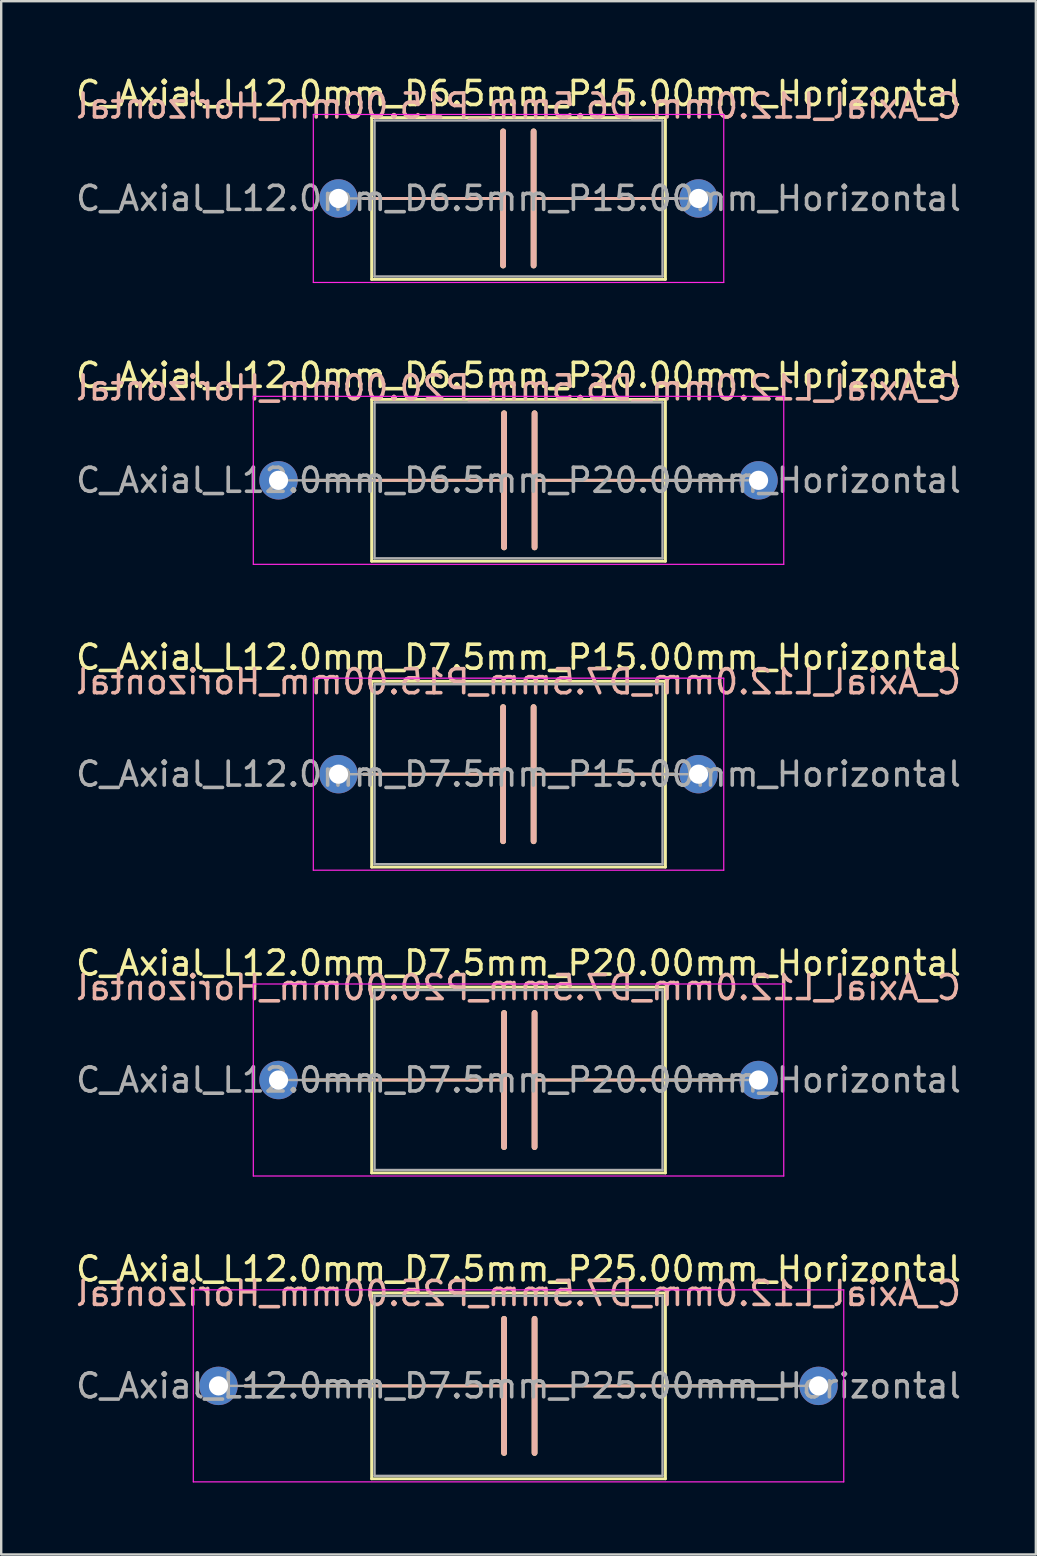
<source format=kicad_pcb>
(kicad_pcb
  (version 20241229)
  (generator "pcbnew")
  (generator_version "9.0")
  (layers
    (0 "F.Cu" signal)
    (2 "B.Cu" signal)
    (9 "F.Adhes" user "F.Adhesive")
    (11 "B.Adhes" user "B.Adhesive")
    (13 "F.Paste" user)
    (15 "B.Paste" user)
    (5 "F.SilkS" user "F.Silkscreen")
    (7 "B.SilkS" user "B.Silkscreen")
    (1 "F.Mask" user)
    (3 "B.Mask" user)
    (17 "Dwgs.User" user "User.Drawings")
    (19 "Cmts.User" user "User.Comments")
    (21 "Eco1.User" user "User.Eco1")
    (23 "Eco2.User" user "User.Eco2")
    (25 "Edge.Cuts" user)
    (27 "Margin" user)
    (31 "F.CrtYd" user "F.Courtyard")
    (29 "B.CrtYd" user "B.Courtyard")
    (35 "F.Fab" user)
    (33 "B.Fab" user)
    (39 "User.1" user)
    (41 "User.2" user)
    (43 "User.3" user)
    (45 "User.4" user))
  (footprint "C_Axial_L12.0mm_D6.5mm_P20.00mm_Horizontal"
    (layer "F.Cu")
    (at 8.554 16.962)
    (property "Reference" "C_Axial_L12.0mm_D6.5mm_P20.00mm_Horizontal" (at 10 -4.37 0) (layer "F.SilkS") (effects (font (size 1 1) (thickness 0.15))))
    (fp_line (start 1.04 0) (end 3.88 0) (stroke (width 0.12) (type solid)) (layer "F.SilkS"))
    (fp_line (start 3.88 -3.37) (end 3.88 3.37) (stroke (width 0.12) (type solid)) (layer "F.SilkS"))
    (fp_line (start 3.88 0) (end 9.398 0) (stroke (width 0.12) (type solid)) (layer "F.SilkS"))
    (fp_line (start 3.88 3.37) (end 16.12 3.37) (stroke (width 0.12) (type solid)) (layer "F.SilkS"))
    (fp_line (start 9.398 -2.794) (end 9.398 2.794) (stroke (width 0.24) (type solid)) (layer "F.SilkS"))
    (fp_line (start 10.668 2.794) (end 10.668 -2.794) (stroke (width 0.24) (type solid)) (layer "F.SilkS"))
    (fp_line (start 16.12 -3.37) (end 3.88 -3.37) (stroke (width 0.12) (type solid)) (layer "F.SilkS"))
    (fp_line (start 16.12 0) (end 10.668 0) (stroke (width 0.12) (type solid)) (layer "F.SilkS"))
    (fp_line (start 16.12 3.37) (end 16.12 -3.37) (stroke (width 0.12) (type solid)) (layer "F.SilkS"))
    (fp_line (start 18.96 0) (end 16.12 0) (stroke (width 0.12) (type solid)) (layer "F.SilkS"))
    (fp_line (start 1.04 0) (end 3.88 0) (stroke (width 0.12) (type solid)) (layer "B.SilkS"))
    (fp_line (start 3.88 0) (end 9.398 0) (stroke (width 0.12) (type solid)) (layer "B.SilkS"))
    (fp_line (start 9.398 2.794) (end 9.398 -2.794) (stroke (width 0.24) (type solid)) (layer "B.SilkS"))
    (fp_line (start 10.668 -2.794) (end 10.668 2.794) (stroke (width 0.24) (type solid)) (layer "B.SilkS"))
    (fp_line (start 16.12 0) (end 10.668 0) (stroke (width 0.12) (type solid)) (layer "B.SilkS"))
    (fp_line (start 18.96 0) (end 16.12 0) (stroke (width 0.12) (type solid)) (layer "B.SilkS"))
    (fp_line (start -1.05 -3.5) (end -1.05 3.5) (stroke (width 0.05) (type solid)) (layer "F.CrtYd"))
    (fp_line (start -1.05 3.5) (end 21.05 3.5) (stroke (width 0.05) (type solid)) (layer "F.CrtYd"))
    (fp_line (start 21.05 -3.5) (end -1.05 -3.5) (stroke (width 0.05) (type solid)) (layer "F.CrtYd"))
    (fp_line (start 21.05 3.5) (end 21.05 -3.5) (stroke (width 0.05) (type solid)) (layer "F.CrtYd"))
    (fp_line (start 0 0) (end 4 0) (stroke (width 0.1) (type solid)) (layer "F.Fab"))
    (fp_line (start 4 -3.25) (end 4 3.25) (stroke (width 0.1) (type solid)) (layer "F.Fab"))
    (fp_line (start 4 3.25) (end 16 3.25) (stroke (width 0.1) (type solid)) (layer "F.Fab"))
    (fp_line (start 16 -3.25) (end 4 -3.25) (stroke (width 0.1) (type solid)) (layer "F.Fab"))
    (fp_line (start 16 3.25) (end 16 -3.25) (stroke (width 0.1) (type solid)) (layer "F.Fab"))
    (fp_line (start 20 0) (end 16 0) (stroke (width 0.1) (type solid)) (layer "F.Fab"))
    (fp_text user "${REFERENCE}" (at 10 -3.85 0) (layer "B.SilkS") (effects (font (size 1 1) (thickness 0.15)) (justify mirror)))
    (fp_text user "${REFERENCE}" (at 10 0 0) (layer "F.Fab") (effects (font (size 1 1) (thickness 0.15))))
    (pad "1" thru_hole circle (at 0 0) (size 1.6 1.6) (drill 0.8) (layers "*.Cu" "*.Mask"))
    (pad "2" thru_hole oval (at 20 0) (size 1.6 1.6) (drill 0.8) (layers "*.Cu" "*.Mask")))
  (footprint "C_Axial_L12.0mm_D7.5mm_P15.00mm_Horizontal"
    (layer "F.Cu")
    (at 11.054 29.205)
    (property "Reference" "C_Axial_L12.0mm_D7.5mm_P15.00mm_Horizontal" (at 7.5 -4.87 0) (layer "F.SilkS") (effects (font (size 1 1) (thickness 0.15))))
    (fp_line (start 1.04 0) (end 1.38 0) (stroke (width 0.12) (type solid)) (layer "F.SilkS"))
    (fp_line (start 1.38 -3.87) (end 1.38 3.87) (stroke (width 0.12) (type solid)) (layer "F.SilkS"))
    (fp_line (start 1.38 0) (end 6.858 0) (stroke (width 0.12) (type solid)) (layer "F.SilkS"))
    (fp_line (start 1.38 3.87) (end 13.62 3.87) (stroke (width 0.12) (type solid)) (layer "F.SilkS"))
    (fp_line (start 6.858 -2.794) (end 6.858 2.794) (stroke (width 0.24) (type solid)) (layer "F.SilkS"))
    (fp_line (start 8.128 2.794) (end 8.128 -2.794) (stroke (width 0.24) (type solid)) (layer "F.SilkS"))
    (fp_line (start 13.62 -3.87) (end 1.38 -3.87) (stroke (width 0.12) (type solid)) (layer "F.SilkS"))
    (fp_line (start 13.62 0) (end 8.128 0) (stroke (width 0.12) (type solid)) (layer "F.SilkS"))
    (fp_line (start 13.62 3.87) (end 13.62 -3.87) (stroke (width 0.12) (type solid)) (layer "F.SilkS"))
    (fp_line (start 13.96 0) (end 13.62 0) (stroke (width 0.12) (type solid)) (layer "F.SilkS"))
    (fp_line (start 1.04 0) (end 1.38 0) (stroke (width 0.12) (type solid)) (layer "B.SilkS"))
    (fp_line (start 1.38 0) (end 6.858 0) (stroke (width 0.12) (type solid)) (layer "B.SilkS"))
    (fp_line (start 6.858 2.794) (end 6.858 -2.794) (stroke (width 0.24) (type solid)) (layer "B.SilkS"))
    (fp_line (start 8.128 -2.794) (end 8.128 2.794) (stroke (width 0.24) (type solid)) (layer "B.SilkS"))
    (fp_line (start 13.62 0) (end 8.128 0) (stroke (width 0.12) (type solid)) (layer "B.SilkS"))
    (fp_line (start 13.96 0) (end 13.62 0) (stroke (width 0.12) (type solid)) (layer "B.SilkS"))
    (fp_line (start -1.05 -4) (end -1.05 4) (stroke (width 0.05) (type solid)) (layer "F.CrtYd"))
    (fp_line (start -1.05 4) (end 16.05 4) (stroke (width 0.05) (type solid)) (layer "F.CrtYd"))
    (fp_line (start 16.05 -4) (end -1.05 -4) (stroke (width 0.05) (type solid)) (layer "F.CrtYd"))
    (fp_line (start 16.05 4) (end 16.05 -4) (stroke (width 0.05) (type solid)) (layer "F.CrtYd"))
    (fp_line (start 0 0) (end 1.5 0) (stroke (width 0.1) (type solid)) (layer "F.Fab"))
    (fp_line (start 1.5 -3.75) (end 1.5 3.75) (stroke (width 0.1) (type solid)) (layer "F.Fab"))
    (fp_line (start 1.5 3.75) (end 13.5 3.75) (stroke (width 0.1) (type solid)) (layer "F.Fab"))
    (fp_line (start 13.5 -3.75) (end 1.5 -3.75) (stroke (width 0.1) (type solid)) (layer "F.Fab"))
    (fp_line (start 13.5 3.75) (end 13.5 -3.75) (stroke (width 0.1) (type solid)) (layer "F.Fab"))
    (fp_line (start 15 0) (end 13.5 0) (stroke (width 0.1) (type solid)) (layer "F.Fab"))
    (fp_text user "${REFERENCE}" (at 7.5 -3.85 0) (layer "B.SilkS") (effects (font (size 1 1) (thickness 0.15)) (justify mirror)))
    (fp_text user "${REFERENCE}" (at 7.5 0 0) (layer "F.Fab") (effects (font (size 1 1) (thickness 0.15))))
    (pad "1" thru_hole circle (at 0 0) (size 1.6 1.6) (drill 0.8) (layers "*.Cu" "*.Mask"))
    (pad "2" thru_hole oval (at 15 0) (size 1.6 1.6) (drill 0.8) (layers "*.Cu" "*.Mask")))
  (footprint "C_Axial_L12.0mm_D7.5mm_P25.00mm_Horizontal"
    (layer "F.Cu")
    (at 6.054 54.691)
    (property "Reference" "C_Axial_L12.0mm_D7.5mm_P25.00mm_Horizontal" (at 12.5 -4.87 0) (layer "F.SilkS") (effects (font (size 1 1) (thickness 0.15))))
    (fp_line (start 1.1 0) (end 6.38 0) (stroke (width 0.12) (type solid)) (layer "F.SilkS"))
    (fp_line (start 6.38 -3.87) (end 6.38 3.87) (stroke (width 0.12) (type solid)) (layer "F.SilkS"))
    (fp_line (start 6.38 0) (end 11.898 0) (stroke (width 0.12) (type solid)) (layer "F.SilkS"))
    (fp_line (start 6.38 3.87) (end 18.62 3.87) (stroke (width 0.12) (type solid)) (layer "F.SilkS"))
    (fp_line (start 11.898 -2.794) (end 11.898 2.794) (stroke (width 0.24) (type solid)) (layer "F.SilkS"))
    (fp_line (start 13.168 2.794) (end 13.168 -2.794) (stroke (width 0.24) (type solid)) (layer "F.SilkS"))
    (fp_line (start 18.62 -3.87) (end 6.38 -3.87) (stroke (width 0.12) (type solid)) (layer "F.SilkS"))
    (fp_line (start 18.62 0) (end 13.168 0) (stroke (width 0.12) (type solid)) (layer "F.SilkS"))
    (fp_line (start 18.62 3.87) (end 18.62 -3.87) (stroke (width 0.12) (type solid)) (layer "F.SilkS"))
    (fp_line (start 23.9 0) (end 18.62 0) (stroke (width 0.12) (type solid)) (layer "F.SilkS"))
    (fp_line (start 1.1 0) (end 6.38 0) (stroke (width 0.12) (type solid)) (layer "B.SilkS"))
    (fp_line (start 6.38 0) (end 11.898 0) (stroke (width 0.12) (type solid)) (layer "B.SilkS"))
    (fp_line (start 11.898 2.794) (end 11.898 -2.794) (stroke (width 0.24) (type solid)) (layer "B.SilkS"))
    (fp_line (start 13.168 -2.794) (end 13.168 2.794) (stroke (width 0.24) (type solid)) (layer "B.SilkS"))
    (fp_line (start 18.62 0) (end 13.168 0) (stroke (width 0.12) (type solid)) (layer "B.SilkS"))
    (fp_line (start 23.9 0) (end 18.62 0) (stroke (width 0.12) (type solid)) (layer "B.SilkS"))
    (fp_line (start -1.05 -4) (end -1.05 4) (stroke (width 0.05) (type solid)) (layer "F.CrtYd"))
    (fp_line (start -1.05 4) (end 26.05 4) (stroke (width 0.05) (type solid)) (layer "F.CrtYd"))
    (fp_line (start 26.05 -4) (end -1.05 -4) (stroke (width 0.05) (type solid)) (layer "F.CrtYd"))
    (fp_line (start 26.05 4) (end 26.05 -4) (stroke (width 0.05) (type solid)) (layer "F.CrtYd"))
    (fp_line (start 0 0) (end 6.5 0) (stroke (width 0.1) (type solid)) (layer "F.Fab"))
    (fp_line (start 6.5 -3.75) (end 6.5 3.75) (stroke (width 0.1) (type solid)) (layer "F.Fab"))
    (fp_line (start 6.5 3.75) (end 18.5 3.75) (stroke (width 0.1) (type solid)) (layer "F.Fab"))
    (fp_line (start 18.5 -3.75) (end 6.5 -3.75) (stroke (width 0.1) (type solid)) (layer "F.Fab"))
    (fp_line (start 18.5 3.75) (end 18.5 -3.75) (stroke (width 0.1) (type solid)) (layer "F.Fab"))
    (fp_line (start 25 0) (end 18.5 0) (stroke (width 0.1) (type solid)) (layer "F.Fab"))
    (fp_text user "${REFERENCE}" (at 12.5 -3.85 0) (layer "B.SilkS") (effects (font (size 1 1) (thickness 0.15)) (justify mirror)))
    (fp_text user "${REFERENCE}" (at 12.5 0 0) (layer "F.Fab") (effects (font (size 1 1) (thickness 0.15))))
    (pad "1" thru_hole circle (at 0 0) (size 1.6 1.6) (drill 0.8) (layers "*.Cu" "*.Mask"))
    (pad "2" thru_hole oval (at 25 0) (size 1.6 1.6) (drill 0.8) (layers "*.Cu" "*.Mask")))
  (footprint "C_Axial_L12.0mm_D6.5mm_P15.00mm_Horizontal"
    (layer "F.Cu")
    (at 11.054 5.218)
    (property "Reference" "C_Axial_L12.0mm_D6.5mm_P15.00mm_Horizontal" (at 7.5 -4.37 0) (layer "F.SilkS") (effects (font (size 1 1) (thickness 0.15))))
    (fp_line (start 1.04 0) (end 1.38 0) (stroke (width 0.12) (type solid)) (layer "F.SilkS"))
    (fp_line (start 1.38 -3.37) (end 1.38 3.37) (stroke (width 0.12) (type solid)) (layer "F.SilkS"))
    (fp_line (start 1.38 0) (end 6.858 0) (stroke (width 0.12) (type solid)) (layer "F.SilkS"))
    (fp_line (start 1.38 3.37) (end 13.62 3.37) (stroke (width 0.12) (type solid)) (layer "F.SilkS"))
    (fp_line (start 6.858 -2.794) (end 6.858 2.794) (stroke (width 0.24) (type solid)) (layer "F.SilkS"))
    (fp_line (start 8.128 2.794) (end 8.128 -2.794) (stroke (width 0.24) (type solid)) (layer "F.SilkS"))
    (fp_line (start 13.62 -3.37) (end 1.38 -3.37) (stroke (width 0.12) (type solid)) (layer "F.SilkS"))
    (fp_line (start 13.62 0) (end 8.128 0) (stroke (width 0.12) (type solid)) (layer "F.SilkS"))
    (fp_line (start 13.62 3.37) (end 13.62 -3.37) (stroke (width 0.12) (type solid)) (layer "F.SilkS"))
    (fp_line (start 13.96 0) (end 13.62 0) (stroke (width 0.12) (type solid)) (layer "F.SilkS"))
    (fp_line (start 1.04 0) (end 1.38 0) (stroke (width 0.12) (type solid)) (layer "B.SilkS"))
    (fp_line (start 1.38 0) (end 6.858 0) (stroke (width 0.12) (type solid)) (layer "B.SilkS"))
    (fp_line (start 6.858 2.794) (end 6.858 -2.794) (stroke (width 0.24) (type solid)) (layer "B.SilkS"))
    (fp_line (start 8.128 -2.794) (end 8.128 2.794) (stroke (width 0.24) (type solid)) (layer "B.SilkS"))
    (fp_line (start 13.62 0) (end 8.128 0) (stroke (width 0.12) (type solid)) (layer "B.SilkS"))
    (fp_line (start 13.96 0) (end 13.62 0) (stroke (width 0.12) (type solid)) (layer "B.SilkS"))
    (fp_line (start -1.05 -3.5) (end -1.05 3.5) (stroke (width 0.05) (type solid)) (layer "F.CrtYd"))
    (fp_line (start -1.05 3.5) (end 16.05 3.5) (stroke (width 0.05) (type solid)) (layer "F.CrtYd"))
    (fp_line (start 16.05 -3.5) (end -1.05 -3.5) (stroke (width 0.05) (type solid)) (layer "F.CrtYd"))
    (fp_line (start 16.05 3.5) (end 16.05 -3.5) (stroke (width 0.05) (type solid)) (layer "F.CrtYd"))
    (fp_line (start 0 0) (end 1.5 0) (stroke (width 0.1) (type solid)) (layer "F.Fab"))
    (fp_line (start 1.5 -3.25) (end 1.5 3.25) (stroke (width 0.1) (type solid)) (layer "F.Fab"))
    (fp_line (start 1.5 3.25) (end 13.5 3.25) (stroke (width 0.1) (type solid)) (layer "F.Fab"))
    (fp_line (start 13.5 -3.25) (end 1.5 -3.25) (stroke (width 0.1) (type solid)) (layer "F.Fab"))
    (fp_line (start 13.5 3.25) (end 13.5 -3.25) (stroke (width 0.1) (type solid)) (layer "F.Fab"))
    (fp_line (start 15 0) (end 13.5 0) (stroke (width 0.1) (type solid)) (layer "F.Fab"))
    (fp_text user "${REFERENCE}" (at 7.5 -3.85 0) (layer "B.SilkS") (effects (font (size 1 1) (thickness 0.15)) (justify mirror)))
    (fp_text user "${REFERENCE}" (at 7.5 0 0) (layer "F.Fab") (effects (font (size 1 1) (thickness 0.15))))
    (pad "1" thru_hole circle (at 0 0) (size 1.6 1.6) (drill 0.8) (layers "*.Cu" "*.Mask"))
    (pad "2" thru_hole oval (at 15 0) (size 1.6 1.6) (drill 0.8) (layers "*.Cu" "*.Mask")))
  (footprint "C_Axial_L12.0mm_D7.5mm_P20.00mm_Horizontal"
    (layer "F.Cu")
    (at 8.554 41.948)
    (property "Reference" "C_Axial_L12.0mm_D7.5mm_P20.00mm_Horizontal" (at 10 -4.87 0) (layer "F.SilkS") (effects (font (size 1 1) (thickness 0.15))))
    (fp_line (start 1.04 0) (end 3.88 0) (stroke (width 0.12) (type solid)) (layer "F.SilkS"))
    (fp_line (start 3.88 -3.87) (end 3.88 3.87) (stroke (width 0.12) (type solid)) (layer "F.SilkS"))
    (fp_line (start 3.88 0) (end 9.398 0) (stroke (width 0.12) (type solid)) (layer "F.SilkS"))
    (fp_line (start 3.88 3.87) (end 16.12 3.87) (stroke (width 0.12) (type solid)) (layer "F.SilkS"))
    (fp_line (start 9.398 -2.794) (end 9.398 2.794) (stroke (width 0.24) (type solid)) (layer "F.SilkS"))
    (fp_line (start 10.668 2.794) (end 10.668 -2.794) (stroke (width 0.24) (type solid)) (layer "F.SilkS"))
    (fp_line (start 16.12 -3.87) (end 3.88 -3.87) (stroke (width 0.12) (type solid)) (layer "F.SilkS"))
    (fp_line (start 16.12 0) (end 10.668 0) (stroke (width 0.12) (type solid)) (layer "F.SilkS"))
    (fp_line (start 16.12 3.87) (end 16.12 -3.87) (stroke (width 0.12) (type solid)) (layer "F.SilkS"))
    (fp_line (start 18.96 0) (end 16.12 0) (stroke (width 0.12) (type solid)) (layer "F.SilkS"))
    (fp_line (start 1.04 0) (end 3.88 0) (stroke (width 0.12) (type solid)) (layer "B.SilkS"))
    (fp_line (start 3.88 0) (end 9.398 0) (stroke (width 0.12) (type solid)) (layer "B.SilkS"))
    (fp_line (start 9.398 2.794) (end 9.398 -2.794) (stroke (width 0.24) (type solid)) (layer "B.SilkS"))
    (fp_line (start 10.668 -2.794) (end 10.668 2.794) (stroke (width 0.24) (type solid)) (layer "B.SilkS"))
    (fp_line (start 16.12 0) (end 10.668 0) (stroke (width 0.12) (type solid)) (layer "B.SilkS"))
    (fp_line (start 18.96 0) (end 16.12 0) (stroke (width 0.12) (type solid)) (layer "B.SilkS"))
    (fp_line (start -1.05 -4) (end -1.05 4) (stroke (width 0.05) (type solid)) (layer "F.CrtYd"))
    (fp_line (start -1.05 4) (end 21.05 4) (stroke (width 0.05) (type solid)) (layer "F.CrtYd"))
    (fp_line (start 21.05 -4) (end -1.05 -4) (stroke (width 0.05) (type solid)) (layer "F.CrtYd"))
    (fp_line (start 21.05 4) (end 21.05 -4) (stroke (width 0.05) (type solid)) (layer "F.CrtYd"))
    (fp_line (start 0 0) (end 4 0) (stroke (width 0.1) (type solid)) (layer "F.Fab"))
    (fp_line (start 4 -3.75) (end 4 3.75) (stroke (width 0.1) (type solid)) (layer "F.Fab"))
    (fp_line (start 4 3.75) (end 16 3.75) (stroke (width 0.1) (type solid)) (layer "F.Fab"))
    (fp_line (start 16 -3.75) (end 4 -3.75) (stroke (width 0.1) (type solid)) (layer "F.Fab"))
    (fp_line (start 16 3.75) (end 16 -3.75) (stroke (width 0.1) (type solid)) (layer "F.Fab"))
    (fp_line (start 20 0) (end 16 0) (stroke (width 0.1) (type solid)) (layer "F.Fab"))
    (fp_text user "${REFERENCE}" (at 10 -3.85 0) (layer "B.SilkS") (effects (font (size 1 1) (thickness 0.15)) (justify mirror)))
    (fp_text user "${REFERENCE}" (at 10 0 0) (layer "F.Fab") (effects (font (size 1 1) (thickness 0.15))))
    (pad "1" thru_hole circle (at 0 0) (size 1.6 1.6) (drill 0.8) (layers "*.Cu" "*.Mask"))
    (pad "2" thru_hole oval (at 20 0) (size 1.6 1.6) (drill 0.8) (layers "*.Cu" "*.Mask")))
  (gr_rect
    (start -3 -3)
    (end 40.107 61.716)
    (stroke (width 0.1) (type default))
    (fill no)
    (layer "Edge.Cuts")))
</source>
